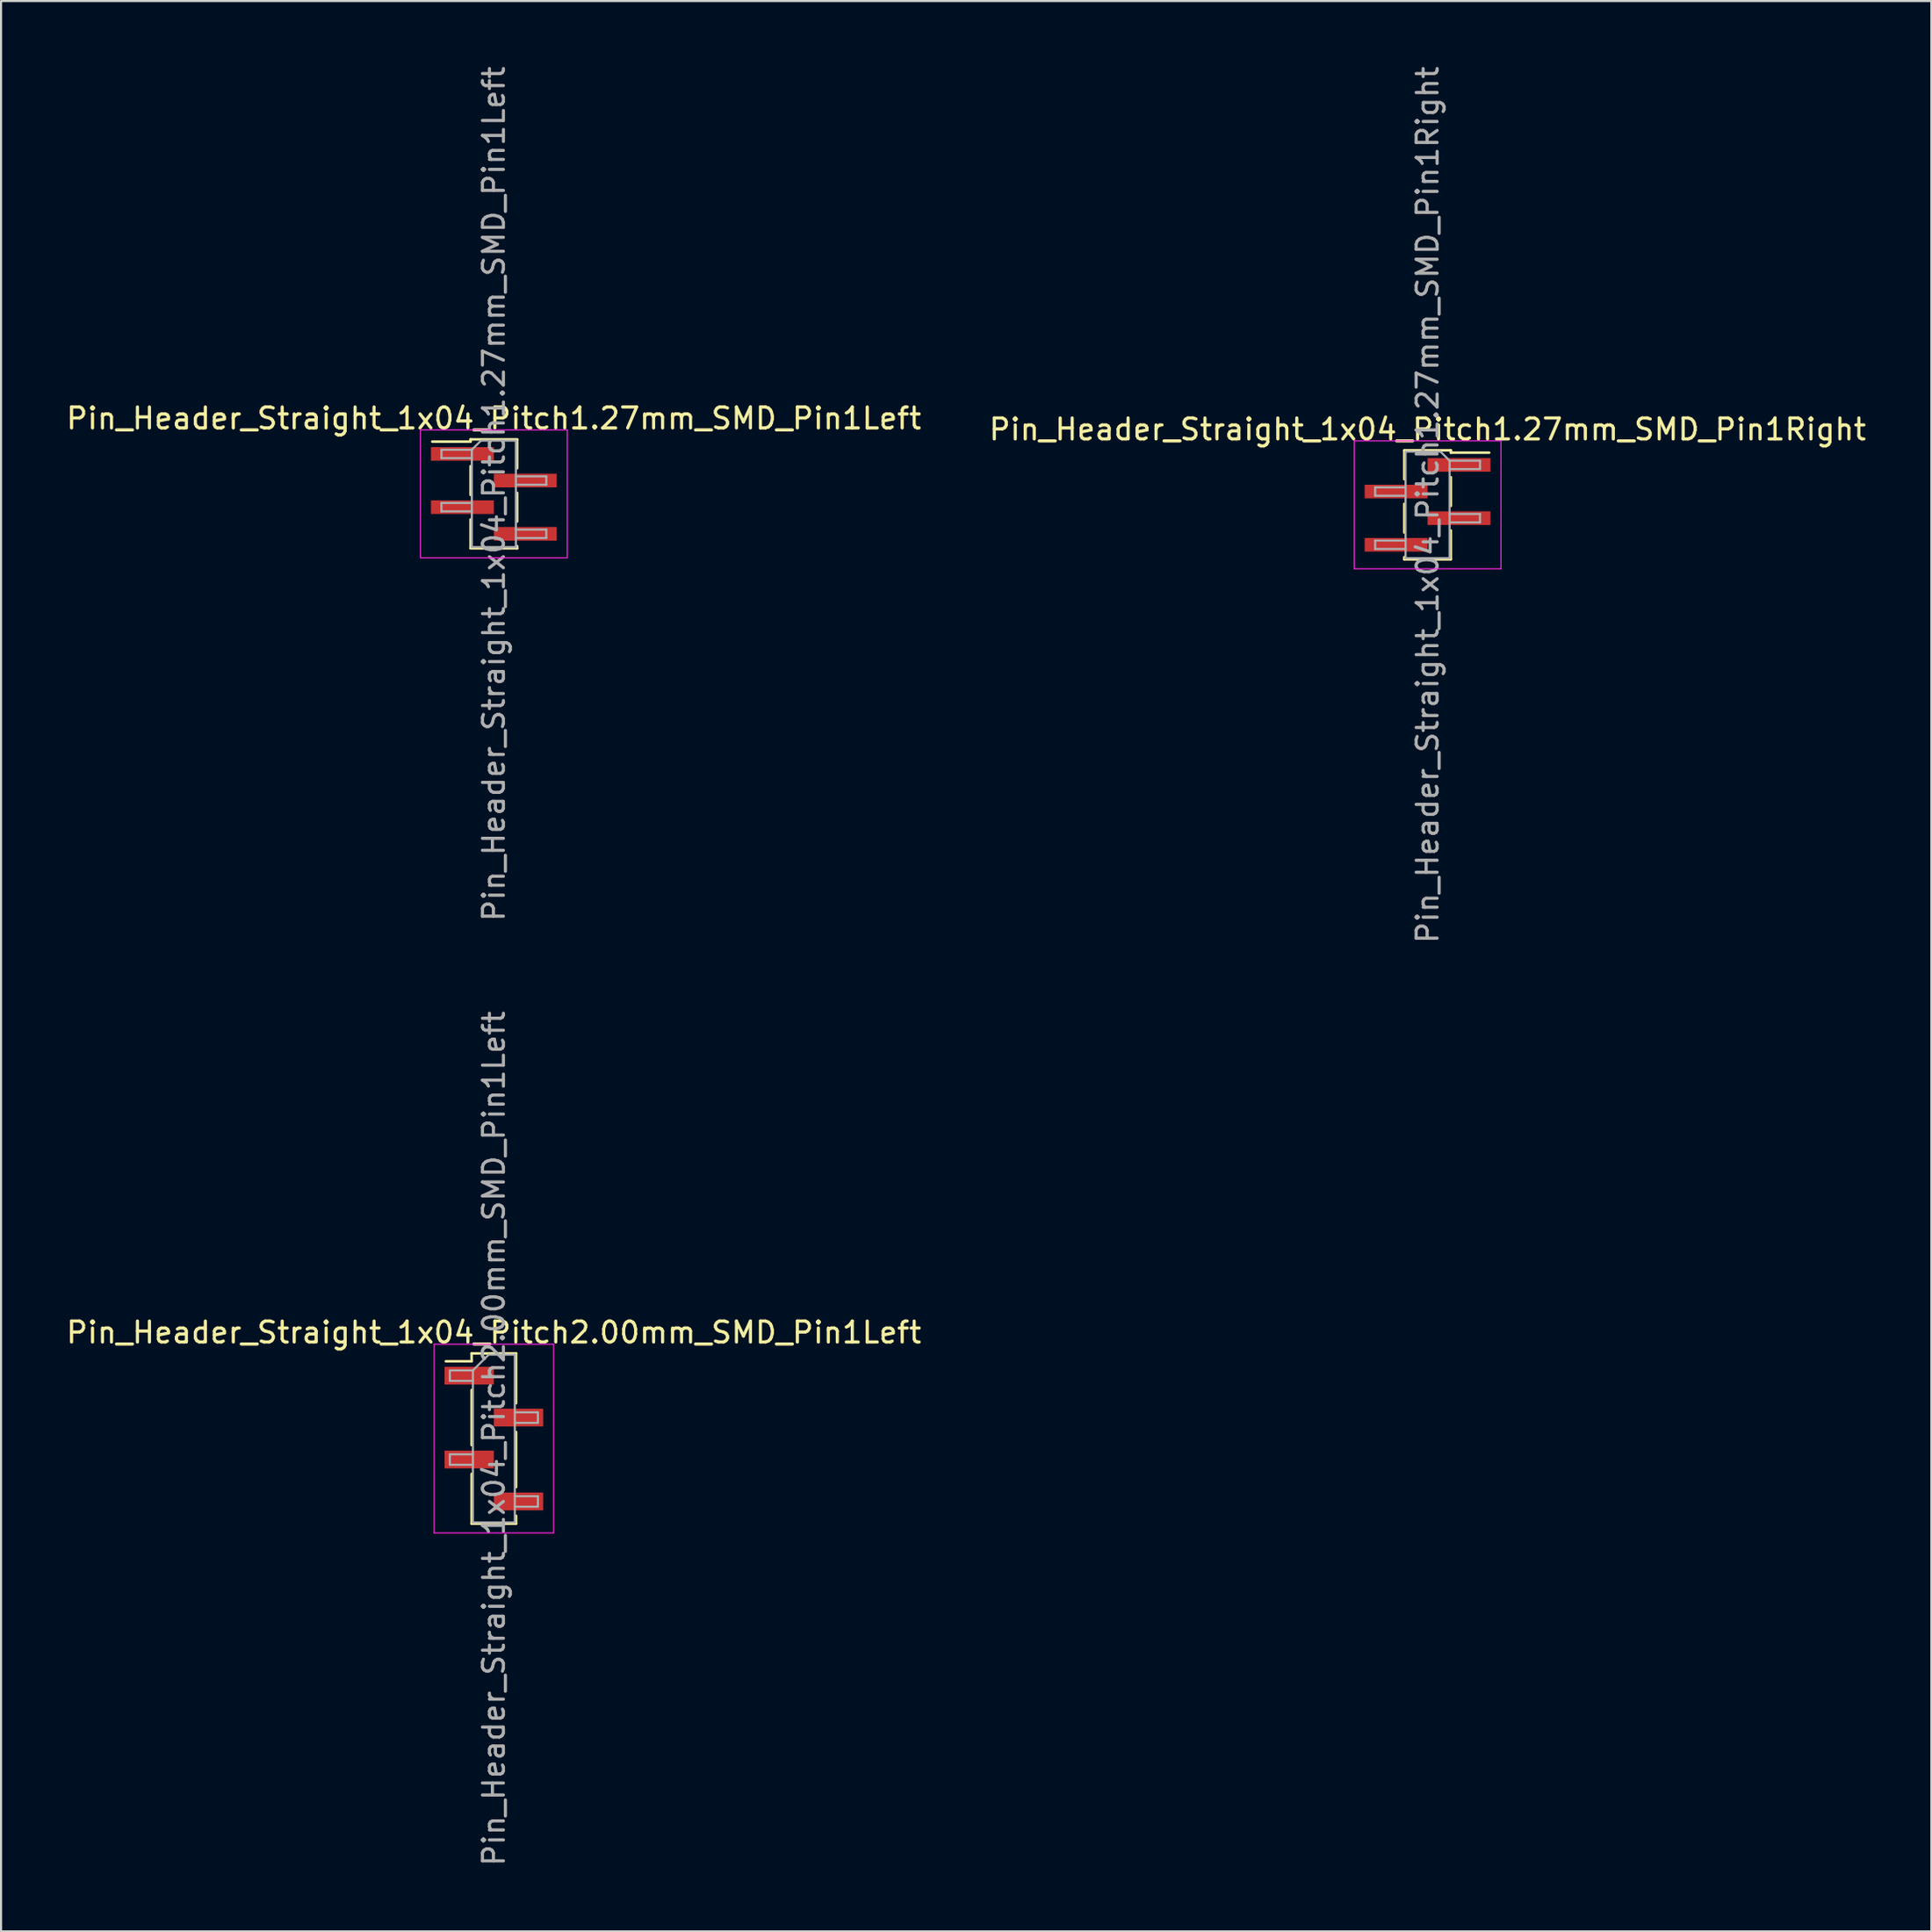
<source format=kicad_pcb>
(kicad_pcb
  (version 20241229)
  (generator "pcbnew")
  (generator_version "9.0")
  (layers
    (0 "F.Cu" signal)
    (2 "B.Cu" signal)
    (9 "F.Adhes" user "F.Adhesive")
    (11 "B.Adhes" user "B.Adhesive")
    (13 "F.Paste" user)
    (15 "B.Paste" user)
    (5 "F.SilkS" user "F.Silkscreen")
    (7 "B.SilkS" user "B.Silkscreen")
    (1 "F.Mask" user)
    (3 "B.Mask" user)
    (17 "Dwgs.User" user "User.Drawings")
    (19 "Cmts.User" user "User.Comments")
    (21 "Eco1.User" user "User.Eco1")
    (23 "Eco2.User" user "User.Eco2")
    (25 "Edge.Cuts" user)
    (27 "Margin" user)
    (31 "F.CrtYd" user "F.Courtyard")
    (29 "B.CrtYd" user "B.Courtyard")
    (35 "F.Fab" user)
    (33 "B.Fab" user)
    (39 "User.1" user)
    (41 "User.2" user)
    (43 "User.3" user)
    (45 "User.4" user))
  (footprint "Pin_Header_Straight_1x04_Pitch1.27mm_SMD_Pin1Right"
    (layer "F.Cu")
    (at 65.042 21.03)
    (property "Reference" "Pin_Header_Straight_1x04_Pitch1.27mm_SMD_Pin1Right" (at 0 -3.6 0) (layer "F.SilkS") (effects (font (size 1 1) (thickness 0.15))))
    (attr smd)
    (fp_line (start -1.11 -2.6) (end 1.11 -2.6) (stroke (width 0.12) (type solid)) (layer "F.SilkS"))
    (fp_line (start -1.11 -2.59) (end -1.11 -1.22) (stroke (width 0.12) (type solid)) (layer "F.SilkS"))
    (fp_line (start -1.11 -0.05) (end -1.11 1.32) (stroke (width 0.12) (type solid)) (layer "F.SilkS"))
    (fp_line (start -1.11 2.49) (end -1.11 2.6) (stroke (width 0.12) (type solid)) (layer "F.SilkS"))
    (fp_line (start -1.11 2.6) (end 1.11 2.6) (stroke (width 0.12) (type solid)) (layer "F.SilkS"))
    (fp_line (start 1.11 -2.6) (end 1.11 -2.49) (stroke (width 0.12) (type solid)) (layer "F.SilkS"))
    (fp_line (start 1.11 -2.49) (end 2.94 -2.49) (stroke (width 0.12) (type solid)) (layer "F.SilkS"))
    (fp_line (start 1.11 -1.32) (end 1.11 0.05) (stroke (width 0.12) (type solid)) (layer "F.SilkS"))
    (fp_line (start 1.11 1.22) (end 1.11 2.59) (stroke (width 0.12) (type solid)) (layer "F.SilkS"))
    (fp_line (start -3.5 -3.05) (end -3.5 3.05) (stroke (width 0.05) (type solid)) (layer "F.CrtYd"))
    (fp_line (start -3.5 3.05) (end 3.5 3.05) (stroke (width 0.05) (type solid)) (layer "F.CrtYd"))
    (fp_line (start 3.5 -3.05) (end -3.5 -3.05) (stroke (width 0.05) (type solid)) (layer "F.CrtYd"))
    (fp_line (start 3.5 3.05) (end 3.5 -3.05) (stroke (width 0.05) (type solid)) (layer "F.CrtYd"))
    (fp_line (start -2.5 -0.835) (end -2.5 -0.435) (stroke (width 0.1) (type solid)) (layer "F.Fab"))
    (fp_line (start -2.5 -0.435) (end -1.05 -0.435) (stroke (width 0.1) (type solid)) (layer "F.Fab"))
    (fp_line (start -2.5 1.705) (end -2.5 2.105) (stroke (width 0.1) (type solid)) (layer "F.Fab"))
    (fp_line (start -2.5 2.105) (end -1.05 2.105) (stroke (width 0.1) (type solid)) (layer "F.Fab"))
    (fp_line (start -1.05 -2.54) (end -1.05 2.54) (stroke (width 0.1) (type solid)) (layer "F.Fab"))
    (fp_line (start -1.05 -2.54) (end 0.615 -2.54) (stroke (width 0.1) (type solid)) (layer "F.Fab"))
    (fp_line (start -1.05 -0.835) (end -2.5 -0.835) (stroke (width 0.1) (type solid)) (layer "F.Fab"))
    (fp_line (start -1.05 1.705) (end -2.5 1.705) (stroke (width 0.1) (type solid)) (layer "F.Fab"))
    (fp_line (start 1.05 -2.105) (end 0.615 -2.54) (stroke (width 0.1) (type solid)) (layer "F.Fab"))
    (fp_line (start 1.05 -2.105) (end 2.5 -2.105) (stroke (width 0.1) (type solid)) (layer "F.Fab"))
    (fp_line (start 1.05 0.435) (end 2.5 0.435) (stroke (width 0.1) (type solid)) (layer "F.Fab"))
    (fp_line (start 1.05 2.54) (end -1.05 2.54) (stroke (width 0.1) (type solid)) (layer "F.Fab"))
    (fp_line (start 1.05 2.54) (end 1.05 -2.105) (stroke (width 0.1) (type solid)) (layer "F.Fab"))
    (fp_line (start 2.5 -2.105) (end 2.5 -1.705) (stroke (width 0.1) (type solid)) (layer "F.Fab"))
    (fp_line (start 2.5 -1.705) (end 1.05 -1.705) (stroke (width 0.1) (type solid)) (layer "F.Fab"))
    (fp_line (start 2.5 0.435) (end 2.5 0.835) (stroke (width 0.1) (type solid)) (layer "F.Fab"))
    (fp_line (start 2.5 0.835) (end 1.05 0.835) (stroke (width 0.1) (type solid)) (layer "F.Fab"))
    (fp_text user "${REFERENCE}" (at 0 0 90) (layer "F.Fab") (effects (font (size 1 1) (thickness 0.15))))
    (pad "1" smd rect (at 1.5 -1.905) (size 3 0.65) (layers "F.Cu" "F.Mask" "F.Paste"))
    (pad "2" smd rect (at -1.5 -0.635) (size 3 0.65) (layers "F.Cu" "F.Mask" "F.Paste"))
    (pad "3" smd rect (at 1.5 0.635) (size 3 0.65) (layers "F.Cu" "F.Mask" "F.Paste"))
    (pad "4" smd rect (at -1.5 1.905) (size 3 0.65) (layers "F.Cu" "F.Mask" "F.Paste")))
  (footprint "Pin_Header_Straight_1x04_Pitch2.00mm_SMD_Pin1Left"
    (layer "F.Cu")
    (at 20.506 65.565)
    (property "Reference" "Pin_Header_Straight_1x04_Pitch2.00mm_SMD_Pin1Left" (at 0 -5.06 0) (layer "F.SilkS") (effects (font (size 1 1) (thickness 0.15))))
    (attr smd)
    (fp_line (start -1.06 -4.06) (end -1.06 -3.685) (stroke (width 0.12) (type solid)) (layer "F.SilkS"))
    (fp_line (start -1.06 -4.06) (end 1.06 -4.06) (stroke (width 0.12) (type solid)) (layer "F.SilkS"))
    (fp_line (start -1.06 -3.685) (end -2.29 -3.685) (stroke (width 0.12) (type solid)) (layer "F.SilkS"))
    (fp_line (start -1.06 -2.315) (end -1.06 0.315) (stroke (width 0.12) (type solid)) (layer "F.SilkS"))
    (fp_line (start -1.06 1.685) (end -1.06 4.06) (stroke (width 0.12) (type solid)) (layer "F.SilkS"))
    (fp_line (start -1.06 4.06) (end 1.06 4.06) (stroke (width 0.12) (type solid)) (layer "F.SilkS"))
    (fp_line (start 1.06 -4.06) (end 1.06 -1.685) (stroke (width 0.12) (type solid)) (layer "F.SilkS"))
    (fp_line (start 1.06 -0.315) (end 1.06 2.315) (stroke (width 0.12) (type solid)) (layer "F.SilkS"))
    (fp_line (start 1.06 3.685) (end 1.06 4.06) (stroke (width 0.12) (type solid)) (layer "F.SilkS"))
    (fp_line (start -2.85 -4.5) (end -2.85 4.5) (stroke (width 0.05) (type solid)) (layer "F.CrtYd"))
    (fp_line (start -2.85 4.5) (end 2.85 4.5) (stroke (width 0.05) (type solid)) (layer "F.CrtYd"))
    (fp_line (start 2.85 -4.5) (end -2.85 -4.5) (stroke (width 0.05) (type solid)) (layer "F.CrtYd"))
    (fp_line (start 2.85 4.5) (end 2.85 -4.5) (stroke (width 0.05) (type solid)) (layer "F.CrtYd"))
    (fp_line (start -2.1 -3.25) (end -2.1 -2.75) (stroke (width 0.1) (type solid)) (layer "F.Fab"))
    (fp_line (start -2.1 -2.75) (end -1 -2.75) (stroke (width 0.1) (type solid)) (layer "F.Fab"))
    (fp_line (start -2.1 0.75) (end -2.1 1.25) (stroke (width 0.1) (type solid)) (layer "F.Fab"))
    (fp_line (start -2.1 1.25) (end -1 1.25) (stroke (width 0.1) (type solid)) (layer "F.Fab"))
    (fp_line (start -1 -3.25) (end -2.1 -3.25) (stroke (width 0.1) (type solid)) (layer "F.Fab"))
    (fp_line (start -1 -3.25) (end -0.25 -4) (stroke (width 0.1) (type solid)) (layer "F.Fab"))
    (fp_line (start -1 0.75) (end -2.1 0.75) (stroke (width 0.1) (type solid)) (layer "F.Fab"))
    (fp_line (start -1 4) (end -1 -3.25) (stroke (width 0.1) (type solid)) (layer "F.Fab"))
    (fp_line (start -0.25 -4) (end 1 -4) (stroke (width 0.1) (type solid)) (layer "F.Fab"))
    (fp_line (start 1 -4) (end 1 4) (stroke (width 0.1) (type solid)) (layer "F.Fab"))
    (fp_line (start 1 -1.25) (end 2.1 -1.25) (stroke (width 0.1) (type solid)) (layer "F.Fab"))
    (fp_line (start 1 2.75) (end 2.1 2.75) (stroke (width 0.1) (type solid)) (layer "F.Fab"))
    (fp_line (start 1 4) (end -1 4) (stroke (width 0.1) (type solid)) (layer "F.Fab"))
    (fp_line (start 2.1 -1.25) (end 2.1 -0.75) (stroke (width 0.1) (type solid)) (layer "F.Fab"))
    (fp_line (start 2.1 -0.75) (end 1 -0.75) (stroke (width 0.1) (type solid)) (layer "F.Fab"))
    (fp_line (start 2.1 2.75) (end 2.1 3.25) (stroke (width 0.1) (type solid)) (layer "F.Fab"))
    (fp_line (start 2.1 3.25) (end 1 3.25) (stroke (width 0.1) (type solid)) (layer "F.Fab"))
    (fp_text user "${REFERENCE}" (at 0 0 90) (layer "F.Fab") (effects (font (size 1 1) (thickness 0.15))))
    (pad "1" smd rect (at -1.175 -3) (size 2.35 0.85) (layers "F.Cu" "F.Mask" "F.Paste"))
    (pad "2" smd rect (at 1.175 -1) (size 2.35 0.85) (layers "F.Cu" "F.Mask" "F.Paste"))
    (pad "3" smd rect (at -1.175 1) (size 2.35 0.85) (layers "F.Cu" "F.Mask" "F.Paste"))
    (pad "4" smd rect (at 1.175 3) (size 2.35 0.85) (layers "F.Cu" "F.Mask" "F.Paste")))
  (footprint "Pin_Header_Straight_1x04_Pitch1.27mm_SMD_Pin1Left"
    (layer "F.Cu")
    (at 20.506 20.506)
    (property "Reference" "Pin_Header_Straight_1x04_Pitch1.27mm_SMD_Pin1Left" (at 0 -3.6 0) (layer "F.SilkS") (effects (font (size 1 1) (thickness 0.15))))
    (attr smd)
    (fp_line (start -1.11 -2.6) (end -1.11 -2.49) (stroke (width 0.12) (type solid)) (layer "F.SilkS"))
    (fp_line (start -1.11 -2.6) (end 1.11 -2.6) (stroke (width 0.12) (type solid)) (layer "F.SilkS"))
    (fp_line (start -1.11 -2.49) (end -2.94 -2.49) (stroke (width 0.12) (type solid)) (layer "F.SilkS"))
    (fp_line (start -1.11 -1.32) (end -1.11 0.05) (stroke (width 0.12) (type solid)) (layer "F.SilkS"))
    (fp_line (start -1.11 1.22) (end -1.11 2.59) (stroke (width 0.12) (type solid)) (layer "F.SilkS"))
    (fp_line (start -1.11 2.6) (end 1.11 2.6) (stroke (width 0.12) (type solid)) (layer "F.SilkS"))
    (fp_line (start 1.11 -2.59) (end 1.11 -1.22) (stroke (width 0.12) (type solid)) (layer "F.SilkS"))
    (fp_line (start 1.11 -0.05) (end 1.11 1.32) (stroke (width 0.12) (type solid)) (layer "F.SilkS"))
    (fp_line (start 1.11 2.49) (end 1.11 2.6) (stroke (width 0.12) (type solid)) (layer "F.SilkS"))
    (fp_line (start -3.5 -3.05) (end -3.5 3.05) (stroke (width 0.05) (type solid)) (layer "F.CrtYd"))
    (fp_line (start -3.5 3.05) (end 3.5 3.05) (stroke (width 0.05) (type solid)) (layer "F.CrtYd"))
    (fp_line (start 3.5 -3.05) (end -3.5 -3.05) (stroke (width 0.05) (type solid)) (layer "F.CrtYd"))
    (fp_line (start 3.5 3.05) (end 3.5 -3.05) (stroke (width 0.05) (type solid)) (layer "F.CrtYd"))
    (fp_line (start -2.5 -2.105) (end -2.5 -1.705) (stroke (width 0.1) (type solid)) (layer "F.Fab"))
    (fp_line (start -2.5 -1.705) (end -1.05 -1.705) (stroke (width 0.1) (type solid)) (layer "F.Fab"))
    (fp_line (start -2.5 0.435) (end -2.5 0.835) (stroke (width 0.1) (type solid)) (layer "F.Fab"))
    (fp_line (start -2.5 0.835) (end -1.05 0.835) (stroke (width 0.1) (type solid)) (layer "F.Fab"))
    (fp_line (start -1.05 -2.105) (end -2.5 -2.105) (stroke (width 0.1) (type solid)) (layer "F.Fab"))
    (fp_line (start -1.05 -2.105) (end -0.615 -2.54) (stroke (width 0.1) (type solid)) (layer "F.Fab"))
    (fp_line (start -1.05 0.435) (end -2.5 0.435) (stroke (width 0.1) (type solid)) (layer "F.Fab"))
    (fp_line (start -1.05 2.54) (end -1.05 -2.105) (stroke (width 0.1) (type solid)) (layer "F.Fab"))
    (fp_line (start -0.615 -2.54) (end 1.05 -2.54) (stroke (width 0.1) (type solid)) (layer "F.Fab"))
    (fp_line (start 1.05 -2.54) (end 1.05 2.54) (stroke (width 0.1) (type solid)) (layer "F.Fab"))
    (fp_line (start 1.05 -0.835) (end 2.5 -0.835) (stroke (width 0.1) (type solid)) (layer "F.Fab"))
    (fp_line (start 1.05 1.705) (end 2.5 1.705) (stroke (width 0.1) (type solid)) (layer "F.Fab"))
    (fp_line (start 1.05 2.54) (end -1.05 2.54) (stroke (width 0.1) (type solid)) (layer "F.Fab"))
    (fp_line (start 2.5 -0.835) (end 2.5 -0.435) (stroke (width 0.1) (type solid)) (layer "F.Fab"))
    (fp_line (start 2.5 -0.435) (end 1.05 -0.435) (stroke (width 0.1) (type solid)) (layer "F.Fab"))
    (fp_line (start 2.5 1.705) (end 2.5 2.105) (stroke (width 0.1) (type solid)) (layer "F.Fab"))
    (fp_line (start 2.5 2.105) (end 1.05 2.105) (stroke (width 0.1) (type solid)) (layer "F.Fab"))
    (fp_text user "${REFERENCE}" (at 0 0 90) (layer "F.Fab") (effects (font (size 1 1) (thickness 0.15))))
    (pad "1" smd rect (at -1.5 -1.905) (size 3 0.65) (layers "F.Cu" "F.Mask" "F.Paste"))
    (pad "2" smd rect (at 1.5 -0.635) (size 3 0.65) (layers "F.Cu" "F.Mask" "F.Paste"))
    (pad "3" smd rect (at -1.5 0.635) (size 3 0.65) (layers "F.Cu" "F.Mask" "F.Paste"))
    (pad "4" smd rect (at 1.5 1.905) (size 3 0.65) (layers "F.Cu" "F.Mask" "F.Paste")))
  (gr_rect
    (start -3 -3)
    (end 89.071 89.071)
    (stroke (width 0.1) (type default))
    (fill no)
    (layer "Edge.Cuts")))
</source>
